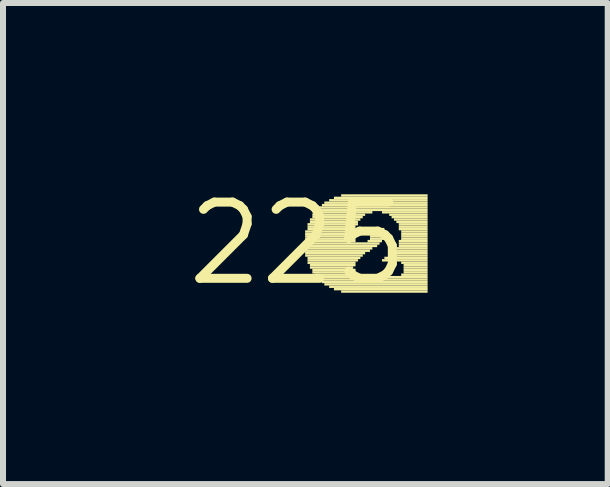
<source format=kicad_pcb>
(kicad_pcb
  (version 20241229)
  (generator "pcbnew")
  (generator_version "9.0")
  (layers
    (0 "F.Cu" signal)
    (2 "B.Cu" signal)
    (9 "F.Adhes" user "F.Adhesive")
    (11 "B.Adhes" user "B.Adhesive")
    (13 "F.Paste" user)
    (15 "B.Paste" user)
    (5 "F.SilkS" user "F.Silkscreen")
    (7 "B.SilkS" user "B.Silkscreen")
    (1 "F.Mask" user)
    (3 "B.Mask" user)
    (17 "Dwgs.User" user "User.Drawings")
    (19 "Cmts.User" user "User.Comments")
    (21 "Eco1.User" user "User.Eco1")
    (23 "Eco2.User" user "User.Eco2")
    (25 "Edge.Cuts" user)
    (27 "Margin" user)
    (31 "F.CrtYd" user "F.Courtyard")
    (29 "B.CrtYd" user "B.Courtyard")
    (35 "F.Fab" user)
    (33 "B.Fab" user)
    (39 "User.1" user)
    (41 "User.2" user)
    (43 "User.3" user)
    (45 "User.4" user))
  (footprint "225"
    (layer "F.Cu")
    (at 1.912 1.006)
    (property "Reference" "225" (at 0 0 0) (layer "F.SilkS") (effects (font (size 1.27 1.27) (thickness 0.15))))
    (attr through_hole)
    (fp_poly (pts (xy 0.12 -0.18) (xy 0.96 -0.18) (xy 0.96 -0.22) (xy 0.12 -0.22)) (stroke (width 0) (type solid)) (fill yes) (layer "F.SilkS"))
    (fp_poly (pts (xy 0.12 -0.14) (xy 0.92 -0.14) (xy 0.92 -0.18) (xy 0.12 -0.18)) (stroke (width 0) (type solid)) (fill yes) (layer "F.SilkS"))
    (fp_poly (pts (xy 0.12 -0.1) (xy 0.96 -0.1) (xy 0.96 -0.14) (xy 0.12 -0.14)) (stroke (width 0) (type solid)) (fill yes) (layer "F.SilkS"))
    (fp_poly (pts (xy 0.12 -0.06) (xy 0.96 -0.06) (xy 0.96 -0.1) (xy 0.12 -0.1)) (stroke (width 0) (type solid)) (fill yes) (layer "F.SilkS"))
    (fp_poly (pts (xy 0.12 -0.02) (xy 0.96 -0.02) (xy 0.96 -0.06) (xy 0.12 -0.06)) (stroke (width 0) (type solid)) (fill yes) (layer "F.SilkS"))
    (fp_poly (pts (xy 0.12 0.02) (xy 1.36 0.02) (xy 1.36 -0.02) (xy 0.12 -0.02)) (stroke (width 0) (type solid)) (fill yes) (layer "F.SilkS"))
    (fp_poly (pts (xy 0.12 0.06) (xy 1.32 0.06) (xy 1.32 0.02) (xy 0.12 0.02)) (stroke (width 0) (type solid)) (fill yes) (layer "F.SilkS"))
    (fp_poly (pts (xy 0.12 0.1) (xy 1.24 0.1) (xy 1.24 0.06) (xy 0.12 0.06)) (stroke (width 0) (type solid)) (fill yes) (layer "F.SilkS"))
    (fp_poly (pts (xy 0.12 0.14) (xy 1.2 0.14) (xy 1.2 0.1) (xy 0.12 0.1)) (stroke (width 0) (type solid)) (fill yes) (layer "F.SilkS"))
    (fp_poly (pts (xy 0.12 0.18) (xy 1.12 0.18) (xy 1.12 0.14) (xy 0.12 0.14)) (stroke (width 0) (type solid)) (fill yes) (layer "F.SilkS"))
    (fp_poly (pts (xy 0.12 0.22) (xy 1.08 0.22) (xy 1.08 0.18) (xy 0.12 0.18)) (stroke (width 0) (type solid)) (fill yes) (layer "F.SilkS"))
    (fp_poly (pts (xy 0.16 -0.3) (xy 1 -0.3) (xy 1 -0.34) (xy 0.16 -0.34)) (stroke (width 0) (type solid)) (fill yes) (layer "F.SilkS"))
    (fp_poly (pts (xy 0.16 -0.26) (xy 0.96 -0.26) (xy 0.96 -0.3) (xy 0.16 -0.3)) (stroke (width 0) (type solid)) (fill yes) (layer "F.SilkS"))
    (fp_poly (pts (xy 0.16 -0.22) (xy 0.96 -0.22) (xy 0.96 -0.26) (xy 0.16 -0.26)) (stroke (width 0) (type solid)) (fill yes) (layer "F.SilkS"))
    (fp_poly (pts (xy 0.16 0.26) (xy 1.04 0.26) (xy 1.04 0.22) (xy 0.16 0.22)) (stroke (width 0) (type solid)) (fill yes) (layer "F.SilkS"))
    (fp_poly (pts (xy 0.16 0.3) (xy 1 0.3) (xy 1 0.26) (xy 0.16 0.26)) (stroke (width 0) (type solid)) (fill yes) (layer "F.SilkS"))
    (fp_poly (pts (xy 0.16 0.34) (xy 0.96 0.34) (xy 0.96 0.3) (xy 0.16 0.3)) (stroke (width 0) (type solid)) (fill yes) (layer "F.SilkS"))
    (fp_poly (pts (xy 0.2 -0.38) (xy 1.04 -0.38) (xy 1.04 -0.42) (xy 0.2 -0.42)) (stroke (width 0) (type solid)) (fill yes) (layer "F.SilkS"))
    (fp_poly (pts (xy 0.2 -0.34) (xy 1 -0.34) (xy 1 -0.38) (xy 0.2 -0.38)) (stroke (width 0) (type solid)) (fill yes) (layer "F.SilkS"))
    (fp_poly (pts (xy 0.2 0.38) (xy 0.96 0.38) (xy 0.96 0.34) (xy 0.2 0.34)) (stroke (width 0) (type solid)) (fill yes) (layer "F.SilkS"))
    (fp_poly (pts (xy 0.2 0.42) (xy 0.92 0.42) (xy 0.92 0.38) (xy 0.2 0.38)) (stroke (width 0) (type solid)) (fill yes) (layer "F.SilkS"))
    (fp_poly (pts (xy 0.24 -0.46) (xy 1.12 -0.46) (xy 1.12 -0.5) (xy 0.24 -0.5)) (stroke (width 0) (type solid)) (fill yes) (layer "F.SilkS"))
    (fp_poly (pts (xy 0.24 -0.42) (xy 1.08 -0.42) (xy 1.08 -0.46) (xy 0.24 -0.46)) (stroke (width 0) (type solid)) (fill yes) (layer "F.SilkS"))
    (fp_poly (pts (xy 0.24 0.46) (xy 0.96 0.46) (xy 0.96 0.42) (xy 0.24 0.42)) (stroke (width 0) (type solid)) (fill yes) (layer "F.SilkS"))
    (fp_poly (pts (xy 0.24 0.5) (xy 0.96 0.5) (xy 0.96 0.46) (xy 0.24 0.46)) (stroke (width 0) (type solid)) (fill yes) (layer "F.SilkS"))
    (fp_poly (pts (xy 0.28 -0.5) (xy 1.24 -0.5) (xy 1.24 -0.54) (xy 0.28 -0.54)) (stroke (width 0) (type solid)) (fill yes) (layer "F.SilkS"))
    (fp_poly (pts (xy 0.28 0.54) (xy 1 0.54) (xy 1 0.5) (xy 0.28 0.5)) (stroke (width 0) (type solid)) (fill yes) (layer "F.SilkS"))
    (fp_poly (pts (xy 0.32 -0.54) (xy 2.16 -0.54) (xy 2.16 -0.58) (xy 0.32 -0.58)) (stroke (width 0) (type solid)) (fill yes) (layer "F.SilkS"))
    (fp_poly (pts (xy 0.32 0.58) (xy 2.16 0.58) (xy 2.16 0.54) (xy 0.32 0.54)) (stroke (width 0) (type solid)) (fill yes) (layer "F.SilkS"))
    (fp_poly (pts (xy 0.36 -0.58) (xy 2.16 -0.58) (xy 2.16 -0.62) (xy 0.36 -0.62)) (stroke (width 0) (type solid)) (fill yes) (layer "F.SilkS"))
    (fp_poly (pts (xy 0.36 0.62) (xy 2.16 0.62) (xy 2.16 0.58) (xy 0.36 0.58)) (stroke (width 0) (type solid)) (fill yes) (layer "F.SilkS"))
    (fp_poly (pts (xy 0.4 -0.62) (xy 2.16 -0.62) (xy 2.16 -0.66) (xy 0.4 -0.66)) (stroke (width 0) (type solid)) (fill yes) (layer "F.SilkS"))
    (fp_poly (pts (xy 0.4 0.66) (xy 2.16 0.66) (xy 2.16 0.62) (xy 0.4 0.62)) (stroke (width 0) (type solid)) (fill yes) (layer "F.SilkS"))
    (fp_poly (pts (xy 0.44 -0.66) (xy 2.16 -0.66) (xy 2.16 -0.7) (xy 0.44 -0.7)) (stroke (width 0) (type solid)) (fill yes) (layer "F.SilkS"))
    (fp_poly (pts (xy 0.44 0.7) (xy 2.16 0.7) (xy 2.16 0.66) (xy 0.44 0.66)) (stroke (width 0) (type solid)) (fill yes) (layer "F.SilkS"))
    (fp_poly (pts (xy 0.52 -0.7) (xy 2.16 -0.7) (xy 2.16 -0.74) (xy 0.52 -0.74)) (stroke (width 0) (type solid)) (fill yes) (layer "F.SilkS"))
    (fp_poly (pts (xy 0.52 0.74) (xy 2.16 0.74) (xy 2.16 0.7) (xy 0.52 0.7)) (stroke (width 0) (type solid)) (fill yes) (layer "F.SilkS"))
    (fp_poly (pts (xy 0.6 -0.74) (xy 2.16 -0.74) (xy 2.16 -0.78) (xy 0.6 -0.78)) (stroke (width 0) (type solid)) (fill yes) (layer "F.SilkS"))
    (fp_poly (pts (xy 0.6 0.78) (xy 2.16 0.78) (xy 2.16 0.74) (xy 0.6 0.74)) (stroke (width 0) (type solid)) (fill yes) (layer "F.SilkS"))
    (fp_poly (pts (xy 0.72 -0.78) (xy 2.16 -0.78) (xy 2.16 -0.82) (xy 0.72 -0.82)) (stroke (width 0) (type solid)) (fill yes) (layer "F.SilkS"))
    (fp_poly (pts (xy 0.72 0.82) (xy 2.16 0.82) (xy 2.16 0.78) (xy 0.72 0.78)) (stroke (width 0) (type solid)) (fill yes) (layer "F.SilkS"))
    (fp_poly (pts (xy 1.16 -0.02) (xy 1.4 -0.02) (xy 1.4 -0.06) (xy 1.16 -0.06)) (stroke (width 0) (type solid)) (fill yes) (layer "F.SilkS"))
    (fp_poly (pts (xy 1.2 -0.18) (xy 1.44 -0.18) (xy 1.44 -0.22) (xy 1.2 -0.22)) (stroke (width 0) (type solid)) (fill yes) (layer "F.SilkS"))
    (fp_poly (pts (xy 1.2 -0.14) (xy 1.48 -0.14) (xy 1.48 -0.18) (xy 1.2 -0.18)) (stroke (width 0) (type solid)) (fill yes) (layer "F.SilkS"))
    (fp_poly (pts (xy 1.2 -0.1) (xy 1.44 -0.1) (xy 1.44 -0.14) (xy 1.2 -0.14)) (stroke (width 0) (type solid)) (fill yes) (layer "F.SilkS"))
    (fp_poly (pts (xy 1.2 -0.06) (xy 1.44 -0.06) (xy 1.44 -0.1) (xy 1.2 -0.1)) (stroke (width 0) (type solid)) (fill yes) (layer "F.SilkS"))
    (fp_poly (pts (xy 1.24 -0.22) (xy 1.44 -0.22) (xy 1.44 -0.26) (xy 1.24 -0.26)) (stroke (width 0) (type solid)) (fill yes) (layer "F.SilkS"))
    (fp_poly (pts (xy 1.4 -0.5) (xy 2.16 -0.5) (xy 2.16 -0.54) (xy 1.4 -0.54)) (stroke (width 0) (type solid)) (fill yes) (layer "F.SilkS"))
    (fp_poly (pts (xy 1.4 0.3) (xy 2.16 0.3) (xy 2.16 0.26) (xy 1.4 0.26)) (stroke (width 0) (type solid)) (fill yes) (layer "F.SilkS"))
    (fp_poly (pts (xy 1.44 0.26) (xy 2.16 0.26) (xy 2.16 0.22) (xy 1.44 0.22)) (stroke (width 0) (type solid)) (fill yes) (layer "F.SilkS"))
    (fp_poly (pts (xy 1.52 -0.46) (xy 2.16 -0.46) (xy 2.16 -0.5) (xy 1.52 -0.5)) (stroke (width 0) (type solid)) (fill yes) (layer "F.SilkS"))
    (fp_poly (pts (xy 1.52 0.22) (xy 2.16 0.22) (xy 2.16 0.18) (xy 1.52 0.18)) (stroke (width 0) (type solid)) (fill yes) (layer "F.SilkS"))
    (fp_poly (pts (xy 1.56 -0.42) (xy 2.16 -0.42) (xy 2.16 -0.46) (xy 1.56 -0.46)) (stroke (width 0) (type solid)) (fill yes) (layer "F.SilkS"))
    (fp_poly (pts (xy 1.56 0.18) (xy 2.16 0.18) (xy 2.16 0.14) (xy 1.56 0.14)) (stroke (width 0) (type solid)) (fill yes) (layer "F.SilkS"))
    (fp_poly (pts (xy 1.6 -0.38) (xy 2.16 -0.38) (xy 2.16 -0.42) (xy 1.6 -0.42)) (stroke (width 0) (type solid)) (fill yes) (layer "F.SilkS"))
    (fp_poly (pts (xy 1.6 0.14) (xy 2.16 0.14) (xy 2.16 0.1) (xy 1.6 0.1)) (stroke (width 0) (type solid)) (fill yes) (layer "F.SilkS"))
    (fp_poly (pts (xy 1.64 -0.34) (xy 2.16 -0.34) (xy 2.16 -0.38) (xy 1.64 -0.38)) (stroke (width 0) (type solid)) (fill yes) (layer "F.SilkS"))
    (fp_poly (pts (xy 1.64 0.1) (xy 2.16 0.1) (xy 2.16 0.06) (xy 1.64 0.06)) (stroke (width 0) (type solid)) (fill yes) (layer "F.SilkS"))
    (fp_poly (pts (xy 1.68 -0.3) (xy 2.16 -0.3) (xy 2.16 -0.34) (xy 1.68 -0.34)) (stroke (width 0) (type solid)) (fill yes) (layer "F.SilkS"))
    (fp_poly (pts (xy 1.68 -0.26) (xy 2.16 -0.26) (xy 2.16 -0.3) (xy 1.68 -0.3)) (stroke (width 0) (type solid)) (fill yes) (layer "F.SilkS"))
    (fp_poly (pts (xy 1.68 -0.22) (xy 2.16 -0.22) (xy 2.16 -0.26) (xy 1.68 -0.26)) (stroke (width 0) (type solid)) (fill yes) (layer "F.SilkS"))
    (fp_poly (pts (xy 1.68 -0.02) (xy 2.16 -0.02) (xy 2.16 -0.06) (xy 1.68 -0.06)) (stroke (width 0) (type solid)) (fill yes) (layer "F.SilkS"))
    (fp_poly (pts (xy 1.68 0.02) (xy 2.16 0.02) (xy 2.16 -0.02) (xy 1.68 -0.02)) (stroke (width 0) (type solid)) (fill yes) (layer "F.SilkS"))
    (fp_poly (pts (xy 1.68 0.06) (xy 2.16 0.06) (xy 2.16 0.02) (xy 1.68 0.02)) (stroke (width 0) (type solid)) (fill yes) (layer "F.SilkS"))
    (fp_poly (pts (xy 1.72 -0.18) (xy 2.16 -0.18) (xy 2.16 -0.22) (xy 1.72 -0.22)) (stroke (width 0) (type solid)) (fill yes) (layer "F.SilkS"))
    (fp_poly (pts (xy 1.72 -0.14) (xy 2.16 -0.14) (xy 2.16 -0.18) (xy 1.72 -0.18)) (stroke (width 0) (type solid)) (fill yes) (layer "F.SilkS"))
    (fp_poly (pts (xy 1.72 -0.1) (xy 2.16 -0.1) (xy 2.16 -0.14) (xy 1.72 -0.14)) (stroke (width 0) (type solid)) (fill yes) (layer "F.SilkS"))
    (fp_poly (pts (xy 1.72 -0.06) (xy 2.16 -0.06) (xy 2.16 -0.1) (xy 1.72 -0.1)) (stroke (width 0) (type solid)) (fill yes) (layer "F.SilkS"))
    (fp_poly (pts (xy 1.72 0.34) (xy 2.16 0.34) (xy 2.16 0.3) (xy 1.72 0.3)) (stroke (width 0) (type solid)) (fill yes) (layer "F.SilkS"))
    (fp_poly (pts (xy 1.72 0.54) (xy 2.16 0.54) (xy 2.16 0.5) (xy 1.72 0.5)) (stroke (width 0) (type solid)) (fill yes) (layer "F.SilkS"))
    (fp_poly (pts (xy 1.76 0.38) (xy 2.16 0.38) (xy 2.16 0.34) (xy 1.76 0.34)) (stroke (width 0) (type solid)) (fill yes) (layer "F.SilkS"))
    (fp_poly (pts (xy 1.76 0.42) (xy 2.16 0.42) (xy 2.16 0.38) (xy 1.76 0.38)) (stroke (width 0) (type solid)) (fill yes) (layer "F.SilkS"))
    (fp_poly (pts (xy 1.76 0.46) (xy 2.16 0.46) (xy 2.16 0.42) (xy 1.76 0.42)) (stroke (width 0) (type solid)) (fill yes) (layer "F.SilkS"))
    (fp_poly (pts (xy 1.76 0.5) (xy 2.16 0.5) (xy 2.16 0.46) (xy 1.76 0.46)) (stroke (width 0) (type solid)) (fill yes) (layer "F.SilkS")))
  (gr_rect
    (start -3 -3)
    (end 7.072 5.012)
    (stroke (width 0.1) (type default))
    (fill no)
    (layer "Edge.Cuts")))
</source>
